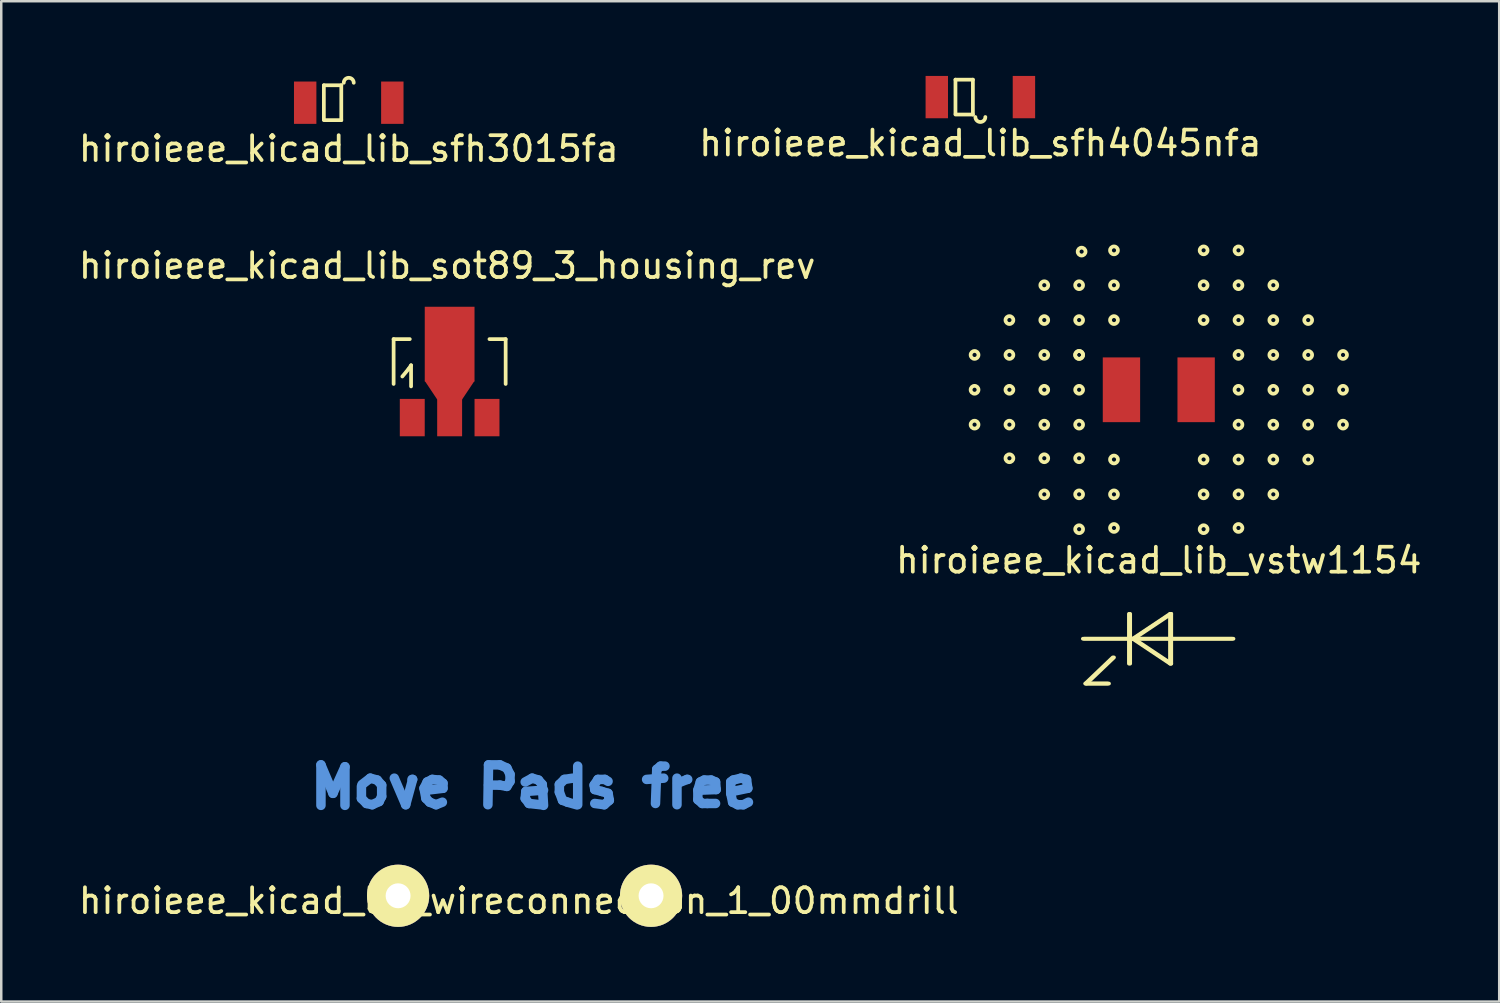
<source format=kicad_pcb>
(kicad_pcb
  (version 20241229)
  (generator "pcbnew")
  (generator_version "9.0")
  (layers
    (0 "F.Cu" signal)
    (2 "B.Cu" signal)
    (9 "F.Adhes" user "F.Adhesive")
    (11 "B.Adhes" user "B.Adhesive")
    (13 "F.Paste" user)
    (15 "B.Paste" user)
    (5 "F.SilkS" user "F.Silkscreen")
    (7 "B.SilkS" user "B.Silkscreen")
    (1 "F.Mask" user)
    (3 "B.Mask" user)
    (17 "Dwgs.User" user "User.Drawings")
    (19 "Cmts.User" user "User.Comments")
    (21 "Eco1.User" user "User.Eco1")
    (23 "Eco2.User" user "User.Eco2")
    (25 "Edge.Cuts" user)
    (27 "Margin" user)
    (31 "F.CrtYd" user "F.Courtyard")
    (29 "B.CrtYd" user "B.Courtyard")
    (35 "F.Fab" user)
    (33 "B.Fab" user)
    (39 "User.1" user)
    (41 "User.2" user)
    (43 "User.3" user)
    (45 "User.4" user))
  (footprint "hiroieee_kicad_lib_wireconnection_1_00mmdrill"
    (layer "F.Cu")
    (at 12.94 32.93)
    (property "Reference" "hiroieee_kicad_lib_wireconnection_1_00mmdrill" (at 4.851 0.203 0) (layer "F.SilkS") (effects (font (size 1 1) (thickness 0.15))))
    (attr through_hole)
    (fp_line (start -3.099 -5.258) (end -2.616 -4.115) (stroke (width 0.381) (type solid)) (layer "Cmts.User"))
    (fp_line (start -3.099 -3.632) (end -3.099 -5.258) (stroke (width 0.381) (type solid)) (layer "Cmts.User"))
    (fp_line (start -2.616 -4.115) (end -2.134 -5.182) (stroke (width 0.381) (type solid)) (layer "Cmts.User"))
    (fp_line (start -2.134 -5.182) (end -2.134 -3.632) (stroke (width 0.381) (type solid)) (layer "Cmts.User"))
    (fp_line (start -1.473 -4.394) (end -1.473 -3.912) (stroke (width 0.381) (type solid)) (layer "Cmts.User"))
    (fp_line (start -1.473 -3.912) (end -1.27 -3.708) (stroke (width 0.381) (type solid)) (layer "Cmts.User"))
    (fp_line (start -1.27 -3.708) (end -1.041 -3.658) (stroke (width 0.381) (type solid)) (layer "Cmts.User"))
    (fp_line (start -1.118 -4.724) (end -1.448 -4.47) (stroke (width 0.381) (type solid)) (layer "Cmts.User"))
    (fp_line (start -1.041 -3.658) (end -0.762 -3.785) (stroke (width 0.381) (type solid)) (layer "Cmts.User"))
    (fp_line (start -0.838 -4.648) (end -1.118 -4.724) (stroke (width 0.381) (type solid)) (layer "Cmts.User"))
    (fp_line (start -0.762 -3.785) (end -0.66 -3.988) (stroke (width 0.381) (type solid)) (layer "Cmts.User"))
    (fp_line (start -0.66 -4.445) (end -0.838 -4.648) (stroke (width 0.381) (type solid)) (layer "Cmts.User"))
    (fp_line (start -0.66 -3.988) (end -0.66 -4.445) (stroke (width 0.381) (type solid)) (layer "Cmts.User"))
    (fp_line (start -0.152 -4.724) (end 0.305 -3.658) (stroke (width 0.381) (type solid)) (layer "Cmts.User"))
    (fp_line (start 0.305 -3.658) (end 0.584 -4.674) (stroke (width 0.381) (type solid)) (layer "Cmts.User"))
    (fp_line (start 0.584 -4.674) (end 0.559 -4.674) (stroke (width 0.381) (type solid)) (layer "Cmts.User"))
    (fp_line (start 1.041 -4.318) (end 1.168 -4.572) (stroke (width 0.381) (type solid)) (layer "Cmts.User"))
    (fp_line (start 1.118 -3.912) (end 1.041 -4.318) (stroke (width 0.381) (type solid)) (layer "Cmts.User"))
    (fp_line (start 1.168 -4.572) (end 1.372 -4.674) (stroke (width 0.381) (type solid)) (layer "Cmts.User"))
    (fp_line (start 1.27 -3.759) (end 1.118 -3.912) (stroke (width 0.381) (type solid)) (layer "Cmts.User"))
    (fp_line (start 1.372 -4.674) (end 1.651 -4.648) (stroke (width 0.381) (type solid)) (layer "Cmts.User"))
    (fp_line (start 1.524 -3.658) (end 1.27 -3.759) (stroke (width 0.381) (type solid)) (layer "Cmts.User"))
    (fp_line (start 1.651 -4.648) (end 1.803 -4.521) (stroke (width 0.381) (type solid)) (layer "Cmts.User"))
    (fp_line (start 1.778 -3.759) (end 1.524 -3.658) (stroke (width 0.381) (type solid)) (layer "Cmts.User"))
    (fp_line (start 1.803 -4.521) (end 1.803 -4.318) (stroke (width 0.381) (type solid)) (layer "Cmts.User"))
    (fp_line (start 1.803 -4.318) (end 1.168 -4.242) (stroke (width 0.381) (type solid)) (layer "Cmts.User"))
    (fp_line (start 3.607 -3.658) (end 3.632 -5.258) (stroke (width 0.381) (type solid)) (layer "Cmts.User"))
    (fp_line (start 3.632 -5.258) (end 4.089 -5.258) (stroke (width 0.381) (type solid)) (layer "Cmts.User"))
    (fp_line (start 4.089 -5.258) (end 4.369 -5.131) (stroke (width 0.381) (type solid)) (layer "Cmts.User"))
    (fp_line (start 4.089 -4.445) (end 3.632 -4.445) (stroke (width 0.381) (type solid)) (layer "Cmts.User"))
    (fp_line (start 4.369 -5.131) (end 4.496 -4.877) (stroke (width 0.381) (type solid)) (layer "Cmts.User"))
    (fp_line (start 4.369 -4.394) (end 4.089 -4.445) (stroke (width 0.381) (type solid)) (layer "Cmts.User"))
    (fp_line (start 4.496 -4.877) (end 4.496 -4.597) (stroke (width 0.381) (type solid)) (layer "Cmts.User"))
    (fp_line (start 4.496 -4.597) (end 4.369 -4.394) (stroke (width 0.381) (type solid)) (layer "Cmts.User"))
    (fp_line (start 5.105 -4.572) (end 5.385 -4.724) (stroke (width 0.381) (type solid)) (layer "Cmts.User"))
    (fp_line (start 5.105 -3.912) (end 5.131 -4.191) (stroke (width 0.381) (type solid)) (layer "Cmts.User"))
    (fp_line (start 5.131 -4.191) (end 5.842 -4.242) (stroke (width 0.381) (type solid)) (layer "Cmts.User"))
    (fp_line (start 5.258 -3.708) (end 5.105 -3.912) (stroke (width 0.381) (type solid)) (layer "Cmts.User"))
    (fp_line (start 5.385 -4.724) (end 5.639 -4.648) (stroke (width 0.381) (type solid)) (layer "Cmts.User"))
    (fp_line (start 5.639 -4.648) (end 5.791 -4.47) (stroke (width 0.381) (type solid)) (layer "Cmts.User"))
    (fp_line (start 5.715 -3.658) (end 5.258 -3.708) (stroke (width 0.381) (type solid)) (layer "Cmts.User"))
    (fp_line (start 5.791 -4.47) (end 5.842 -3.632) (stroke (width 0.381) (type solid)) (layer "Cmts.User"))
    (fp_line (start 6.477 -4.47) (end 6.68 -4.674) (stroke (width 0.381) (type solid)) (layer "Cmts.User"))
    (fp_line (start 6.477 -4.166) (end 6.477 -4.47) (stroke (width 0.381) (type solid)) (layer "Cmts.User"))
    (fp_line (start 6.604 -3.835) (end 6.477 -4.166) (stroke (width 0.381) (type solid)) (layer "Cmts.User"))
    (fp_line (start 6.68 -4.674) (end 7.01 -4.724) (stroke (width 0.381) (type solid)) (layer "Cmts.User"))
    (fp_line (start 6.807 -3.759) (end 6.604 -3.835) (stroke (width 0.381) (type solid)) (layer "Cmts.User"))
    (fp_line (start 7.163 -3.658) (end 6.807 -3.759) (stroke (width 0.381) (type solid)) (layer "Cmts.User"))
    (fp_line (start 7.214 -5.207) (end 7.214 -3.658) (stroke (width 0.381) (type solid)) (layer "Cmts.User"))
    (fp_line (start 7.874 -4.445) (end 7.899 -4.267) (stroke (width 0.381) (type solid)) (layer "Cmts.User"))
    (fp_line (start 7.899 -4.267) (end 8.179 -4.191) (stroke (width 0.381) (type solid)) (layer "Cmts.User"))
    (fp_line (start 8.026 -4.674) (end 7.874 -4.445) (stroke (width 0.381) (type solid)) (layer "Cmts.User"))
    (fp_line (start 8.179 -4.191) (end 8.433 -4.115) (stroke (width 0.381) (type solid)) (layer "Cmts.User"))
    (fp_line (start 8.28 -3.658) (end 7.899 -3.708) (stroke (width 0.381) (type solid)) (layer "Cmts.User"))
    (fp_line (start 8.306 -4.674) (end 8.026 -4.674) (stroke (width 0.381) (type solid)) (layer "Cmts.User"))
    (fp_line (start 8.433 -4.597) (end 8.306 -4.674) (stroke (width 0.381) (type solid)) (layer "Cmts.User"))
    (fp_line (start 8.433 -4.115) (end 8.484 -3.835) (stroke (width 0.381) (type solid)) (layer "Cmts.User"))
    (fp_line (start 8.484 -3.835) (end 8.28 -3.658) (stroke (width 0.381) (type solid)) (layer "Cmts.User"))
    (fp_line (start 9.982 -4.674) (end 10.668 -4.724) (stroke (width 0.381) (type solid)) (layer "Cmts.User"))
    (fp_line (start 10.389 -5.08) (end 10.338 -3.708) (stroke (width 0.381) (type solid)) (layer "Cmts.User"))
    (fp_line (start 10.541 -5.207) (end 10.389 -5.08) (stroke (width 0.381) (type solid)) (layer "Cmts.User"))
    (fp_line (start 10.719 -5.207) (end 10.541 -5.207) (stroke (width 0.381) (type solid)) (layer "Cmts.User"))
    (fp_line (start 11.201 -4.724) (end 11.201 -3.658) (stroke (width 0.381) (type solid)) (layer "Cmts.User"))
    (fp_line (start 11.227 -4.521) (end 11.608 -4.674) (stroke (width 0.381) (type solid)) (layer "Cmts.User"))
    (fp_line (start 11.608 -4.674) (end 11.633 -4.674) (stroke (width 0.381) (type solid)) (layer "Cmts.User"))
    (fp_line (start 12.04 -4.242) (end 12.141 -4.572) (stroke (width 0.381) (type solid)) (layer "Cmts.User"))
    (fp_line (start 12.04 -3.861) (end 12.04 -4.242) (stroke (width 0.381) (type solid)) (layer "Cmts.User"))
    (fp_line (start 12.141 -4.572) (end 12.294 -4.648) (stroke (width 0.381) (type solid)) (layer "Cmts.User"))
    (fp_line (start 12.217 -3.708) (end 12.04 -3.861) (stroke (width 0.381) (type solid)) (layer "Cmts.User"))
    (fp_line (start 12.294 -4.648) (end 12.573 -4.648) (stroke (width 0.381) (type solid)) (layer "Cmts.User"))
    (fp_line (start 12.421 -3.708) (end 12.217 -3.708) (stroke (width 0.381) (type solid)) (layer "Cmts.User"))
    (fp_line (start 12.573 -4.648) (end 12.751 -4.572) (stroke (width 0.381) (type solid)) (layer "Cmts.User"))
    (fp_line (start 12.751 -4.572) (end 12.776 -4.267) (stroke (width 0.381) (type solid)) (layer "Cmts.User"))
    (fp_line (start 12.751 -3.708) (end 12.421 -3.708) (stroke (width 0.381) (type solid)) (layer "Cmts.User"))
    (fp_line (start 12.776 -4.267) (end 12.141 -4.242) (stroke (width 0.381) (type solid)) (layer "Cmts.User"))
    (fp_line (start 13.36 -4.572) (end 13.462 -4.648) (stroke (width 0.381) (type solid)) (layer "Cmts.User"))
    (fp_line (start 13.36 -4.115) (end 13.36 -4.572) (stroke (width 0.381) (type solid)) (layer "Cmts.User"))
    (fp_line (start 13.437 -4.191) (end 13.437 -4.242) (stroke (width 0.381) (type solid)) (layer "Cmts.User"))
    (fp_line (start 13.437 -3.759) (end 13.36 -4.115) (stroke (width 0.381) (type solid)) (layer "Cmts.User"))
    (fp_line (start 13.462 -4.648) (end 13.767 -4.724) (stroke (width 0.381) (type solid)) (layer "Cmts.User"))
    (fp_line (start 13.64 -3.658) (end 13.437 -3.759) (stroke (width 0.381) (type solid)) (layer "Cmts.User"))
    (fp_line (start 13.767 -4.724) (end 13.995 -4.674) (stroke (width 0.381) (type solid)) (layer "Cmts.User"))
    (fp_line (start 13.868 -3.658) (end 13.64 -3.658) (stroke (width 0.381) (type solid)) (layer "Cmts.User"))
    (fp_line (start 13.995 -4.674) (end 14.046 -4.318) (stroke (width 0.381) (type solid)) (layer "Cmts.User"))
    (fp_line (start 14.046 -4.318) (end 13.437 -4.191) (stroke (width 0.381) (type solid)) (layer "Cmts.User"))
    (fp_line (start 14.072 -3.759) (end 13.868 -3.658) (stroke (width 0.381) (type solid)) (layer "Cmts.User"))
    (pad "1" thru_hole circle (at 0 0) (size 2.499 2.499) (drill 1.001) (layers "*.Cu" "*.Mask" "F.SilkS"))
    (pad "2" thru_hole circle (at 10.16 0) (size 2.499 2.499) (drill 1.001) (layers "*.Cu" "*.Mask" "F.SilkS")))
  (footprint "hiroieee_kicad_lib_sfh4045nfa"
    (layer "F.Cu")
    (at 36.327 0.85)
    (property "Reference" "hiroieee_kicad_lib_sfh4045nfa" (at 0 1.85 0) (layer "F.SilkS") (effects (font (size 1 1) (thickness 0.15))))
    (attr through_hole)
    (fp_line (start -1 -0.7) (end -0.3 -0.7) (stroke (width 0.15) (type solid)) (layer "F.SilkS"))
    (fp_line (start -1 0.67) (end -1 -0.7) (stroke (width 0.15) (type solid)) (layer "F.SilkS"))
    (fp_line (start -0.3 -0.7) (end -0.3 0.7) (stroke (width 0.15) (type solid)) (layer "F.SilkS"))
    (fp_line (start -0.3 0.7) (end -1 0.7) (stroke (width 0.15) (type solid)) (layer "F.SilkS"))
    (fp_arc (start 0.2 0.8) (mid 0 1) (end -0.2 0.8) (stroke (width 0.15) (type solid)) (layer "F.SilkS"))
    (pad "1" smd rect (at -1.75 0) (size 0.9 1.7) (layers "F.Cu" "F.Mask" "F.Paste"))
    (pad "2" smd rect (at 1.75 0) (size 0.9 1.7) (layers "F.Cu" "F.Mask" "F.Paste")))
  (footprint "hiroieee_kicad_lib_sot89_3_housing_rev"
    (layer "F.Cu")
    (at 15.01 11.871)
    (property "Reference" "hiroieee_kicad_lib_sot89_3_housing_rev" (at -0.099 -4.249 0) (layer "F.SilkS") (effects (font (size 1 1) (thickness 0.15))))
    (attr smd)
    (fp_line (start -2.25 -1.3) (end -2.25 0.5) (stroke (width 0.15) (type solid)) (layer "F.SilkS"))
    (fp_line (start -2.25 -1.3) (end -1.6 -1.3) (stroke (width 0.15) (type solid)) (layer "F.SilkS"))
    (fp_line (start -1.9 0.201) (end -1.651 -0.099) (stroke (width 0.15) (type solid)) (layer "F.SilkS"))
    (fp_line (start -1.651 -0.099) (end -1.549 -0.249) (stroke (width 0.15) (type solid)) (layer "F.SilkS"))
    (fp_line (start -1.549 -0.249) (end -1.549 0.599) (stroke (width 0.15) (type solid)) (layer "F.SilkS"))
    (fp_line (start 2.25 -1.3) (end 1.6 -1.3) (stroke (width 0.15) (type solid)) (layer "F.SilkS"))
    (fp_line (start 2.25 -1.3) (end 2.25 0.5) (stroke (width 0.15) (type solid)) (layer "F.SilkS"))
    (pad "1" smd rect (at 1.501 1.852) (size 1.001 1.501) (layers "F.Cu" "F.Mask" "F.Paste"))
    (pad "2" smd rect (at 0 -1.1) (size 1.999 3) (layers "F.Cu" "F.Mask" "F.Paste"))
    (pad "2" smd trapezoid (at 0 0.749 180) (size 1.501 0.749) (rect_delta 0 0.5) (layers "F.Cu" "F.Mask" "F.Paste"))
    (pad "2" smd rect (at 0 1.852) (size 1.001 1.501) (layers "F.Cu" "F.Mask" "F.Paste"))
    (pad "3" smd rect (at -1.501 1.852) (size 1.001 1.501) (layers "F.Cu" "F.Mask" "F.Paste")))
  (footprint "hiroieee_kicad_lib_sfh3015fa"
    (layer "F.Cu")
    (at 10.958 1.075)
    (property "Reference" "hiroieee_kicad_lib_sfh3015fa" (at 0 1.85 0) (layer "F.SilkS") (effects (font (size 1 1) (thickness 0.15))))
    (attr through_hole)
    (fp_line (start -1 -0.7) (end -0.3 -0.7) (stroke (width 0.15) (type solid)) (layer "F.SilkS"))
    (fp_line (start -1 0.67) (end -1 -0.7) (stroke (width 0.15) (type solid)) (layer "F.SilkS"))
    (fp_line (start -0.3 -0.7) (end -0.3 0.7) (stroke (width 0.15) (type solid)) (layer "F.SilkS"))
    (fp_line (start -0.3 0.7) (end -1 0.7) (stroke (width 0.15) (type solid)) (layer "F.SilkS"))
    (fp_arc (start -0.2 -0.8) (mid 0 -1) (end 0.2 -0.8) (stroke (width 0.15) (type solid)) (layer "F.SilkS"))
    (pad "1" smd rect (at 1.75 0) (size 0.9 1.7) (layers "F.Cu" "F.Mask" "F.Paste"))
    (pad "2" smd rect (at -1.75 0) (size 0.9 1.7) (layers "F.Cu" "F.Mask" "F.Paste")))
  (footprint "hiroieee_kicad_lib_vstw1154"
    (layer "F.Cu")
    (at 43.494 12.606)
    (property "Reference" "hiroieee_kicad_lib_vstw1154" (at 0 6.85 0) (layer "F.SilkS") (effects (font (size 1 1) (thickness 0.15))))
    (attr through_hole)
    (fp_line (start -3.05 10) (end 2.95 10) (stroke (width 0.15) (type solid)) (layer "F.SilkS"))
    (fp_line (start -3 10) (end 3 10) (stroke (width 0.15) (type solid)) (layer "F.SilkS"))
    (fp_line (start -2.95 11.8) (end -2.05 11.8) (stroke (width 0.15) (type solid)) (layer "F.SilkS"))
    (fp_line (start -2.9 11.8) (end -2 11.8) (stroke (width 0.15) (type solid)) (layer "F.SilkS"))
    (fp_line (start -1.85 10.75) (end -2.95 11.8) (stroke (width 0.15) (type solid)) (layer "F.SilkS"))
    (fp_line (start -1.8 10.75) (end -2.9 11.8) (stroke (width 0.15) (type solid)) (layer "F.SilkS"))
    (fp_line (start -1.2 9) (end -1.2 11) (stroke (width 0.15) (type solid)) (layer "F.SilkS"))
    (fp_line (start -1.15 9) (end -1.15 11) (stroke (width 0.15) (type solid)) (layer "F.SilkS"))
    (fp_line (start -1.05 10) (end 0.45 9) (stroke (width 0.15) (type solid)) (layer "F.SilkS"))
    (fp_line (start -1 10) (end 0.5 9) (stroke (width 0.15) (type solid)) (layer "F.SilkS"))
    (fp_line (start 0.45 9) (end 0.45 11) (stroke (width 0.15) (type solid)) (layer "F.SilkS"))
    (fp_line (start 0.45 11) (end -1.05 10) (stroke (width 0.15) (type solid)) (layer "F.SilkS"))
    (fp_line (start 0.5 9) (end 0.5 11) (stroke (width 0.15) (type solid)) (layer "F.SilkS"))
    (fp_line (start 0.5 11) (end -1 10) (stroke (width 0.15) (type solid)) (layer "F.SilkS"))
    (fp_circle (center -7.4 -1.4) (end -7.55 -1.35) (stroke (width 0.15) (type solid)) (fill no) (layer "F.SilkS"))
    (fp_circle (center -7.4 0) (end -7.55 0.05) (stroke (width 0.15) (type solid)) (fill no) (layer "F.SilkS"))
    (fp_circle (center -7.4 1.4) (end -7.55 1.45) (stroke (width 0.15) (type solid)) (fill no) (layer "F.SilkS"))
    (fp_circle (center -6 -2.8) (end -6.15 -2.75) (stroke (width 0.15) (type solid)) (fill no) (layer "F.SilkS"))
    (fp_circle (center -6 -1.4) (end -6.15 -1.35) (stroke (width 0.15) (type solid)) (fill no) (layer "F.SilkS"))
    (fp_circle (center -6 0) (end -6.15 0.05) (stroke (width 0.15) (type solid)) (fill no) (layer "F.SilkS"))
    (fp_circle (center -6 1.4) (end -6.15 1.45) (stroke (width 0.15) (type solid)) (fill no) (layer "F.SilkS"))
    (fp_circle (center -6 2.75) (end -6.15 2.8) (stroke (width 0.15) (type solid)) (fill no) (layer "F.SilkS"))
    (fp_circle (center -4.6 -4.2) (end -4.75 -4.15) (stroke (width 0.15) (type solid)) (fill no) (layer "F.SilkS"))
    (fp_circle (center -4.6 -2.8) (end -4.75 -2.75) (stroke (width 0.15) (type solid)) (fill no) (layer "F.SilkS"))
    (fp_circle (center -4.6 -1.4) (end -4.75 -1.35) (stroke (width 0.15) (type solid)) (fill no) (layer "F.SilkS"))
    (fp_circle (center -4.6 0) (end -4.75 0.05) (stroke (width 0.15) (type solid)) (fill no) (layer "F.SilkS"))
    (fp_circle (center -4.6 1.4) (end -4.75 1.45) (stroke (width 0.15) (type solid)) (fill no) (layer "F.SilkS"))
    (fp_circle (center -4.6 2.75) (end -4.75 2.8) (stroke (width 0.15) (type solid)) (fill no) (layer "F.SilkS"))
    (fp_circle (center -4.6 4.2) (end -4.75 4.25) (stroke (width 0.15) (type solid)) (fill no) (layer "F.SilkS"))
    (fp_circle (center -3.2 -4.2) (end -3.35 -4.15) (stroke (width 0.15) (type solid)) (fill no) (layer "F.SilkS"))
    (fp_circle (center -3.2 -2.8) (end -3.35 -2.75) (stroke (width 0.15) (type solid)) (fill no) (layer "F.SilkS"))
    (fp_circle (center -3.2 -1.4) (end -3.35 -1.35) (stroke (width 0.15) (type solid)) (fill no) (layer "F.SilkS"))
    (fp_circle (center -3.2 -1.4) (end -3.35 -1.35) (stroke (width 0.15) (type solid)) (fill no) (layer "F.SilkS"))
    (fp_circle (center -3.2 0) (end -3.35 0.05) (stroke (width 0.15) (type solid)) (fill no) (layer "F.SilkS"))
    (fp_circle (center -3.2 1.4) (end -3.35 1.45) (stroke (width 0.15) (type solid)) (fill no) (layer "F.SilkS"))
    (fp_circle (center -3.2 2.75) (end -3.35 2.8) (stroke (width 0.15) (type solid)) (fill no) (layer "F.SilkS"))
    (fp_circle (center -3.2 4.2) (end -3.35 4.25) (stroke (width 0.15) (type solid)) (fill no) (layer "F.SilkS"))
    (fp_circle (center -3.2 5.6) (end -3.35 5.65) (stroke (width 0.15) (type solid)) (fill no) (layer "F.SilkS"))
    (fp_circle (center -3.1 -5.55) (end -3.25 -5.5) (stroke (width 0.15) (type solid)) (fill no) (layer "F.SilkS"))
    (fp_circle (center -1.8 -5.6) (end -1.95 -5.55) (stroke (width 0.15) (type solid)) (fill no) (layer "F.SilkS"))
    (fp_circle (center -1.8 -4.2) (end -1.95 -4.15) (stroke (width 0.15) (type solid)) (fill no) (layer "F.SilkS"))
    (fp_circle (center -1.8 -2.8) (end -1.95 -2.75) (stroke (width 0.15) (type solid)) (fill no) (layer "F.SilkS"))
    (fp_circle (center -1.8 2.8) (end -1.95 2.85) (stroke (width 0.15) (type solid)) (fill no) (layer "F.SilkS"))
    (fp_circle (center -1.8 4.2) (end -1.95 4.25) (stroke (width 0.15) (type solid)) (fill no) (layer "F.SilkS"))
    (fp_circle (center -1.8 5.55) (end -1.95 5.6) (stroke (width 0.15) (type solid)) (fill no) (layer "F.SilkS"))
    (fp_circle (center 1.8 -5.6) (end 1.95 -5.55) (stroke (width 0.15) (type solid)) (fill no) (layer "F.SilkS"))
    (fp_circle (center 1.8 -4.2) (end 1.95 -4.15) (stroke (width 0.15) (type solid)) (fill no) (layer "F.SilkS"))
    (fp_circle (center 1.8 -2.8) (end 1.95 -2.75) (stroke (width 0.15) (type solid)) (fill no) (layer "F.SilkS"))
    (fp_circle (center 1.8 2.8) (end 1.95 2.85) (stroke (width 0.15) (type solid)) (fill no) (layer "F.SilkS"))
    (fp_circle (center 1.8 4.2) (end 1.95 4.25) (stroke (width 0.15) (type solid)) (fill no) (layer "F.SilkS"))
    (fp_circle (center 1.8 5.6) (end 1.95 5.65) (stroke (width 0.15) (type solid)) (fill no) (layer "F.SilkS"))
    (fp_circle (center 3.2 -5.6) (end 3.35 -5.55) (stroke (width 0.15) (type solid)) (fill no) (layer "F.SilkS"))
    (fp_circle (center 3.2 -4.2) (end 3.35 -4.15) (stroke (width 0.15) (type solid)) (fill no) (layer "F.SilkS"))
    (fp_circle (center 3.2 -2.8) (end 3.35 -2.75) (stroke (width 0.15) (type solid)) (fill no) (layer "F.SilkS"))
    (fp_circle (center 3.2 -1.4) (end 3.35 -1.35) (stroke (width 0.15) (type solid)) (fill no) (layer "F.SilkS"))
    (fp_circle (center 3.2 0) (end 3.35 0.05) (stroke (width 0.15) (type solid)) (fill no) (layer "F.SilkS"))
    (fp_circle (center 3.2 1.4) (end 3.35 1.45) (stroke (width 0.15) (type solid)) (fill no) (layer "F.SilkS"))
    (fp_circle (center 3.2 2.8) (end 3.35 2.85) (stroke (width 0.15) (type solid)) (fill no) (layer "F.SilkS"))
    (fp_circle (center 3.2 4.2) (end 3.35 4.25) (stroke (width 0.15) (type solid)) (fill no) (layer "F.SilkS"))
    (fp_circle (center 3.2 5.55) (end 3.35 5.6) (stroke (width 0.15) (type solid)) (fill no) (layer "F.SilkS"))
    (fp_circle (center 4.6 -4.2) (end 4.75 -4.15) (stroke (width 0.15) (type solid)) (fill no) (layer "F.SilkS"))
    (fp_circle (center 4.6 -2.8) (end 4.75 -2.75) (stroke (width 0.15) (type solid)) (fill no) (layer "F.SilkS"))
    (fp_circle (center 4.6 -1.4) (end 4.75 -1.35) (stroke (width 0.15) (type solid)) (fill no) (layer "F.SilkS"))
    (fp_circle (center 4.6 0) (end 4.75 0.05) (stroke (width 0.15) (type solid)) (fill no) (layer "F.SilkS"))
    (fp_circle (center 4.6 1.4) (end 4.75 1.45) (stroke (width 0.15) (type solid)) (fill no) (layer "F.SilkS"))
    (fp_circle (center 4.6 2.8) (end 4.75 2.85) (stroke (width 0.15) (type solid)) (fill no) (layer "F.SilkS"))
    (fp_circle (center 4.6 4.2) (end 4.75 4.25) (stroke (width 0.15) (type solid)) (fill no) (layer "F.SilkS"))
    (fp_circle (center 6 -2.8) (end 6.15 -2.75) (stroke (width 0.15) (type solid)) (fill no) (layer "F.SilkS"))
    (fp_circle (center 6 -1.4) (end 6.15 -1.35) (stroke (width 0.15) (type solid)) (fill no) (layer "F.SilkS"))
    (fp_circle (center 6 0) (end 6.15 0.05) (stroke (width 0.15) (type solid)) (fill no) (layer "F.SilkS"))
    (fp_circle (center 6 1.4) (end 6.15 1.45) (stroke (width 0.15) (type solid)) (fill no) (layer "F.SilkS"))
    (fp_circle (center 6 2.8) (end 6.15 2.85) (stroke (width 0.15) (type solid)) (fill no) (layer "F.SilkS"))
    (fp_circle (center 7.4 -1.4) (end 7.55 -1.35) (stroke (width 0.15) (type solid)) (fill no) (layer "F.SilkS"))
    (fp_circle (center 7.4 0) (end 7.55 0.05) (stroke (width 0.15) (type solid)) (fill no) (layer "F.SilkS"))
    (fp_circle (center 7.4 1.4) (end 7.55 1.45) (stroke (width 0.15) (type solid)) (fill no) (layer "F.SilkS"))
    (pad "1" smd rect (at -1.5 0) (size 1.5 2.6) (layers "F.Cu" "F.Mask" "F.Paste"))
    (pad "2" smd rect (at 1.5 0) (size 1.5 2.6) (layers "F.Cu" "F.Mask" "F.Paste")))
  (gr_rect
    (start -3 -3)
    (end 57.167 37.179)
    (stroke (width 0.1) (type default))
    (fill no)
    (layer "Edge.Cuts")))
</source>
